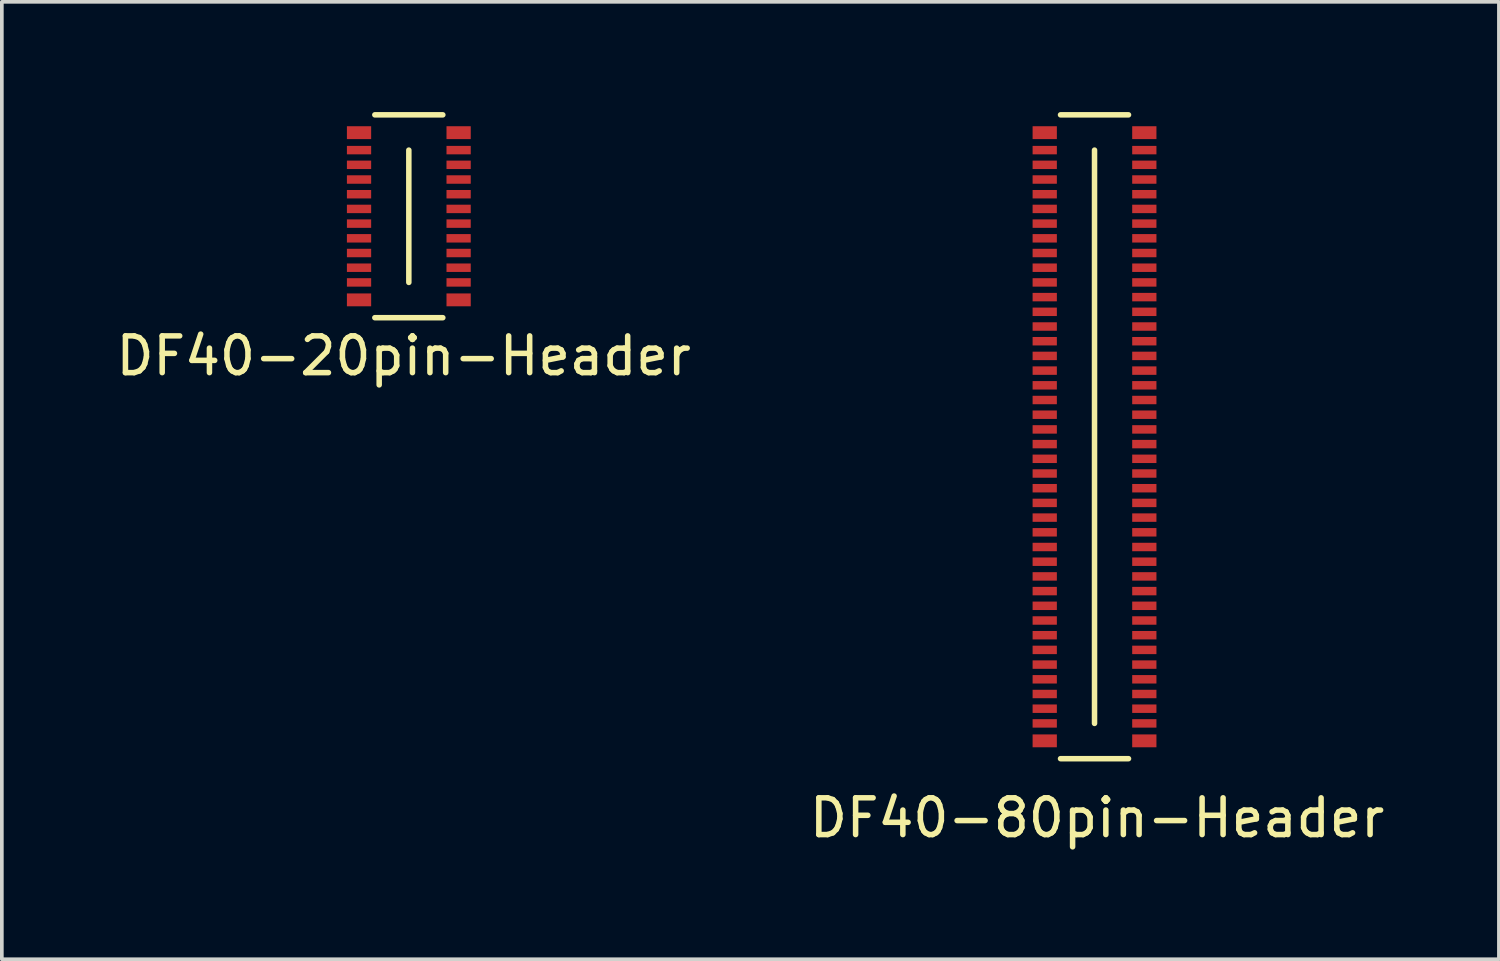
<source format=kicad_pcb>
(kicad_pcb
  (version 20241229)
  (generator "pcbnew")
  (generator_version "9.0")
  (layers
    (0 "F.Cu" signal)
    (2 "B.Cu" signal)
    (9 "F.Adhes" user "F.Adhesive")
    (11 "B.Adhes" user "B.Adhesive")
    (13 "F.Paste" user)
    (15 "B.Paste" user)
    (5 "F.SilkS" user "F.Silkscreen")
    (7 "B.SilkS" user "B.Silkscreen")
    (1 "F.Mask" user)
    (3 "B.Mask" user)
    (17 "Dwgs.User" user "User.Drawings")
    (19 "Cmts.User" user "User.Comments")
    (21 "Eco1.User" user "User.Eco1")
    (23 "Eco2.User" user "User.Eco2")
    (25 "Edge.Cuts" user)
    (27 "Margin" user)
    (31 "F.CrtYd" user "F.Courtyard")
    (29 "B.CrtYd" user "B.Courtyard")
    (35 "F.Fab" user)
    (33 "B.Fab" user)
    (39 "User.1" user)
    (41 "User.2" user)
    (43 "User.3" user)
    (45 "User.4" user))
  (footprint "DF40-80pin-Header"
    (layer "F.Cu")
    (at 26.734 8.835)
    (property "Reference" "DF40-80pin-Header" (at 0.07 10.37 0) (layer "F.SilkS") (effects (font (size 1 1) (thickness 0.15))))
    (attr through_hole)
    (fp_line (start -0.925 -8.76) (end 0.925 -8.76) (stroke (width 0.15) (type solid)) (layer "F.SilkS"))
    (fp_line (start -0.925 8.76) (end 0.925 8.76) (stroke (width 0.15) (type solid)) (layer "F.SilkS"))
    (fp_line (start 0 -7.8) (end 0 7.8) (stroke (width 0.15) (type solid)) (layer "F.SilkS"))
    (pad "" smd rect (at -1.355 -8.2) (size 0.66 0.35) (drill (offset 0 -0.075)) (layers "F.Cu" "F.Mask" "F.Paste"))
    (pad "" smd rect (at -1.355 8.2) (size 0.66 0.35) (drill (offset 0 0.075)) (layers "F.Cu" "F.Mask" "F.Paste"))
    (pad "" smd rect (at 1.355 -8.2) (size 0.66 0.35) (drill (offset 0 -0.075)) (layers "F.Cu" "F.Mask" "F.Paste"))
    (pad "" smd rect (at 1.355 8.2) (size 0.66 0.35) (drill (offset 0 0.075)) (layers "F.Cu" "F.Mask" "F.Paste"))
    (pad "1" smd rect (at -1.355 7.8) (size 0.66 0.23) (layers "F.Cu" "F.Mask" "F.Paste"))
    (pad "2" smd rect (at -1.355 7.4) (size 0.66 0.23) (layers "F.Cu" "F.Mask" "F.Paste"))
    (pad "3" smd rect (at -1.355 7) (size 0.66 0.23) (layers "F.Cu" "F.Mask" "F.Paste"))
    (pad "4" smd rect (at -1.355 6.6) (size 0.66 0.23) (layers "F.Cu" "F.Mask" "F.Paste"))
    (pad "5" smd rect (at -1.355 6.2) (size 0.66 0.23) (layers "F.Cu" "F.Mask" "F.Paste"))
    (pad "6" smd rect (at -1.355 5.8) (size 0.66 0.23) (layers "F.Cu" "F.Mask" "F.Paste"))
    (pad "7" smd rect (at -1.355 5.4) (size 0.66 0.23) (layers "F.Cu" "F.Mask" "F.Paste"))
    (pad "8" smd rect (at -1.355 5) (size 0.66 0.23) (layers "F.Cu" "F.Mask" "F.Paste"))
    (pad "9" smd rect (at -1.355 4.6) (size 0.66 0.23) (layers "F.Cu" "F.Mask" "F.Paste"))
    (pad "10" smd rect (at -1.355 4.2) (size 0.66 0.23) (layers "F.Cu" "F.Mask" "F.Paste"))
    (pad "11" smd rect (at -1.355 3.8) (size 0.66 0.23) (layers "F.Cu" "F.Mask" "F.Paste"))
    (pad "12" smd rect (at -1.355 3.4) (size 0.66 0.23) (layers "F.Cu" "F.Mask" "F.Paste"))
    (pad "13" smd rect (at -1.355 3) (size 0.66 0.23) (layers "F.Cu" "F.Mask" "F.Paste"))
    (pad "14" smd rect (at -1.355 2.6) (size 0.66 0.23) (layers "F.Cu" "F.Mask" "F.Paste"))
    (pad "15" smd rect (at -1.355 2.2) (size 0.66 0.23) (layers "F.Cu" "F.Mask" "F.Paste"))
    (pad "16" smd rect (at -1.355 1.8) (size 0.66 0.23) (layers "F.Cu" "F.Mask" "F.Paste"))
    (pad "17" smd rect (at -1.355 1.4) (size 0.66 0.23) (layers "F.Cu" "F.Mask" "F.Paste"))
    (pad "18" smd rect (at -1.355 1) (size 0.66 0.23) (layers "F.Cu" "F.Mask" "F.Paste"))
    (pad "19" smd rect (at -1.355 0.6) (size 0.66 0.23) (layers "F.Cu" "F.Mask" "F.Paste"))
    (pad "20" smd rect (at -1.355 0.2) (size 0.66 0.23) (layers "F.Cu" "F.Mask" "F.Paste"))
    (pad "21" smd rect (at -1.355 -0.2) (size 0.66 0.23) (layers "F.Cu" "F.Mask" "F.Paste"))
    (pad "22" smd rect (at -1.355 -0.6) (size 0.66 0.23) (layers "F.Cu" "F.Mask" "F.Paste"))
    (pad "23" smd rect (at -1.355 -1) (size 0.66 0.23) (layers "F.Cu" "F.Mask" "F.Paste"))
    (pad "24" smd rect (at -1.355 -1.4) (size 0.66 0.23) (layers "F.Cu" "F.Mask" "F.Paste"))
    (pad "25" smd rect (at -1.355 -1.8) (size 0.66 0.23) (layers "F.Cu" "F.Mask" "F.Paste"))
    (pad "26" smd rect (at -1.355 -2.2) (size 0.66 0.23) (layers "F.Cu" "F.Mask" "F.Paste"))
    (pad "27" smd rect (at -1.355 -2.6) (size 0.66 0.23) (layers "F.Cu" "F.Mask" "F.Paste"))
    (pad "28" smd rect (at -1.355 -3) (size 0.66 0.23) (layers "F.Cu" "F.Mask" "F.Paste"))
    (pad "29" smd rect (at -1.355 -3.4) (size 0.66 0.23) (layers "F.Cu" "F.Mask" "F.Paste"))
    (pad "30" smd rect (at -1.355 -3.8) (size 0.66 0.23) (layers "F.Cu" "F.Mask" "F.Paste"))
    (pad "31" smd rect (at -1.355 -4.2) (size 0.66 0.23) (layers "F.Cu" "F.Mask" "F.Paste"))
    (pad "32" smd rect (at -1.355 -4.6) (size 0.66 0.23) (layers "F.Cu" "F.Mask" "F.Paste"))
    (pad "33" smd rect (at -1.355 -5) (size 0.66 0.23) (layers "F.Cu" "F.Mask" "F.Paste"))
    (pad "34" smd rect (at -1.355 -5.4) (size 0.66 0.23) (layers "F.Cu" "F.Mask" "F.Paste"))
    (pad "35" smd rect (at -1.355 -5.8) (size 0.66 0.23) (layers "F.Cu" "F.Mask" "F.Paste"))
    (pad "36" smd rect (at -1.355 -6.2) (size 0.66 0.23) (layers "F.Cu" "F.Mask" "F.Paste"))
    (pad "37" smd rect (at -1.355 -6.6) (size 0.66 0.23) (layers "F.Cu" "F.Mask" "F.Paste"))
    (pad "38" smd rect (at -1.355 -7) (size 0.66 0.23) (layers "F.Cu" "F.Mask" "F.Paste"))
    (pad "39" smd rect (at -1.355 -7.4) (size 0.66 0.23) (layers "F.Cu" "F.Mask" "F.Paste"))
    (pad "40" smd rect (at -1.355 -7.8) (size 0.66 0.23) (layers "F.Cu" "F.Mask" "F.Paste"))
    (pad "41" smd rect (at 1.355 7.8) (size 0.66 0.23) (layers "F.Cu" "F.Mask" "F.Paste"))
    (pad "42" smd rect (at 1.355 7.4) (size 0.66 0.23) (layers "F.Cu" "F.Mask" "F.Paste"))
    (pad "43" smd rect (at 1.355 7) (size 0.66 0.23) (layers "F.Cu" "F.Mask" "F.Paste"))
    (pad "44" smd rect (at 1.355 6.6) (size 0.66 0.23) (layers "F.Cu" "F.Mask" "F.Paste"))
    (pad "45" smd rect (at 1.355 6.2) (size 0.66 0.23) (layers "F.Cu" "F.Mask" "F.Paste"))
    (pad "46" smd rect (at 1.355 5.8) (size 0.66 0.23) (layers "F.Cu" "F.Mask" "F.Paste"))
    (pad "47" smd rect (at 1.355 5.4) (size 0.66 0.23) (layers "F.Cu" "F.Mask" "F.Paste"))
    (pad "48" smd rect (at 1.355 5) (size 0.66 0.23) (layers "F.Cu" "F.Mask" "F.Paste"))
    (pad "49" smd rect (at 1.355 4.6) (size 0.66 0.23) (layers "F.Cu" "F.Mask" "F.Paste"))
    (pad "50" smd rect (at 1.355 4.2) (size 0.66 0.23) (layers "F.Cu" "F.Mask" "F.Paste"))
    (pad "51" smd rect (at 1.355 3.8) (size 0.66 0.23) (layers "F.Cu" "F.Mask" "F.Paste"))
    (pad "52" smd rect (at 1.355 3.4) (size 0.66 0.23) (layers "F.Cu" "F.Mask" "F.Paste"))
    (pad "53" smd rect (at 1.355 3) (size 0.66 0.23) (layers "F.Cu" "F.Mask" "F.Paste"))
    (pad "54" smd rect (at 1.355 2.6) (size 0.66 0.23) (layers "F.Cu" "F.Mask" "F.Paste"))
    (pad "55" smd rect (at 1.355 2.2) (size 0.66 0.23) (layers "F.Cu" "F.Mask" "F.Paste"))
    (pad "56" smd rect (at 1.355 1.8) (size 0.66 0.23) (layers "F.Cu" "F.Mask" "F.Paste"))
    (pad "57" smd rect (at 1.355 1.4) (size 0.66 0.23) (layers "F.Cu" "F.Mask" "F.Paste"))
    (pad "58" smd rect (at 1.355 1) (size 0.66 0.23) (layers "F.Cu" "F.Mask" "F.Paste"))
    (pad "59" smd rect (at 1.355 0.6) (size 0.66 0.23) (layers "F.Cu" "F.Mask" "F.Paste"))
    (pad "60" smd rect (at 1.355 0.2) (size 0.66 0.23) (layers "F.Cu" "F.Mask" "F.Paste"))
    (pad "61" smd rect (at 1.355 -0.2) (size 0.66 0.23) (layers "F.Cu" "F.Mask" "F.Paste"))
    (pad "62" smd rect (at 1.355 -0.6) (size 0.66 0.23) (layers "F.Cu" "F.Mask" "F.Paste"))
    (pad "63" smd rect (at 1.355 -1) (size 0.66 0.23) (layers "F.Cu" "F.Mask" "F.Paste"))
    (pad "64" smd rect (at 1.355 -1.4) (size 0.66 0.23) (layers "F.Cu" "F.Mask" "F.Paste"))
    (pad "65" smd rect (at 1.355 -1.8) (size 0.66 0.23) (layers "F.Cu" "F.Mask" "F.Paste"))
    (pad "66" smd rect (at 1.355 -2.2) (size 0.66 0.23) (layers "F.Cu" "F.Mask" "F.Paste"))
    (pad "67" smd rect (at 1.355 -2.6) (size 0.66 0.23) (layers "F.Cu" "F.Mask" "F.Paste"))
    (pad "68" smd rect (at 1.355 -3) (size 0.66 0.23) (layers "F.Cu" "F.Mask" "F.Paste"))
    (pad "69" smd rect (at 1.355 -3.4) (size 0.66 0.23) (layers "F.Cu" "F.Mask" "F.Paste"))
    (pad "70" smd rect (at 1.355 -3.8) (size 0.66 0.23) (layers "F.Cu" "F.Mask" "F.Paste"))
    (pad "71" smd rect (at 1.355 -4.2) (size 0.66 0.23) (layers "F.Cu" "F.Mask" "F.Paste"))
    (pad "72" smd rect (at 1.355 -4.6) (size 0.66 0.23) (layers "F.Cu" "F.Mask" "F.Paste"))
    (pad "73" smd rect (at 1.355 -5) (size 0.66 0.23) (layers "F.Cu" "F.Mask" "F.Paste"))
    (pad "74" smd rect (at 1.355 -5.4) (size 0.66 0.23) (layers "F.Cu" "F.Mask" "F.Paste"))
    (pad "75" smd rect (at 1.355 -5.8) (size 0.66 0.23) (layers "F.Cu" "F.Mask" "F.Paste"))
    (pad "76" smd rect (at 1.355 -6.2) (size 0.66 0.23) (layers "F.Cu" "F.Mask" "F.Paste"))
    (pad "77" smd rect (at 1.355 -6.6) (size 0.66 0.23) (layers "F.Cu" "F.Mask" "F.Paste"))
    (pad "78" smd rect (at 1.355 -7) (size 0.66 0.23) (layers "F.Cu" "F.Mask" "F.Paste"))
    (pad "79" smd rect (at 1.355 -7.4) (size 0.66 0.23) (layers "F.Cu" "F.Mask" "F.Paste"))
    (pad "80" smd rect (at 1.355 -7.8) (size 0.66 0.23) (layers "F.Cu" "F.Mask" "F.Paste")))
  (footprint "DF40-20pin-Header"
    (layer "F.Cu")
    (at 8.075 2.835)
    (property "Reference" "DF40-20pin-Header" (at -0.14 3.8 0) (layer "F.SilkS") (effects (font (size 1 1) (thickness 0.15))))
    (attr smd)
    (fp_line (start -0.925 -2.76) (end 0.925 -2.76) (stroke (width 0.15) (type solid)) (layer "F.SilkS"))
    (fp_line (start -0.925 2.76) (end 0.925 2.76) (stroke (width 0.15) (type solid)) (layer "F.SilkS"))
    (fp_line (start 0 -1.8) (end 0 1.8) (stroke (width 0.15) (type solid)) (layer "F.SilkS"))
    (pad "1" smd rect (at -1.355 -2.2) (size 0.66 0.35) (drill (offset 0 -0.075)) (layers "F.Cu" "F.Mask" "F.Paste"))
    (pad "1" smd rect (at -1.355 -1.8) (size 0.66 0.23) (layers "F.Cu" "F.Mask" "F.Paste"))
    (pad "2" smd rect (at 1.355 -2.2) (size 0.66 0.35) (drill (offset 0 -0.075)) (layers "F.Cu" "F.Mask" "F.Paste"))
    (pad "2" smd rect (at 1.355 -1.8) (size 0.66 0.23) (layers "F.Cu" "F.Mask" "F.Paste"))
    (pad "3" smd rect (at -1.355 -1.4) (size 0.66 0.23) (layers "F.Cu" "F.Mask" "F.Paste"))
    (pad "4" smd rect (at 1.355 -1.4) (size 0.66 0.23) (layers "F.Cu" "F.Mask" "F.Paste"))
    (pad "5" smd rect (at -1.355 -1) (size 0.66 0.23) (layers "F.Cu" "F.Mask" "F.Paste"))
    (pad "6" smd rect (at 1.355 -1) (size 0.66 0.23) (layers "F.Cu" "F.Mask" "F.Paste"))
    (pad "7" smd rect (at -1.355 -0.6) (size 0.66 0.23) (layers "F.Cu" "F.Mask" "F.Paste"))
    (pad "8" smd rect (at 1.355 -0.6) (size 0.66 0.23) (layers "F.Cu" "F.Mask" "F.Paste"))
    (pad "9" smd rect (at -1.355 -0.2) (size 0.66 0.23) (layers "F.Cu" "F.Mask" "F.Paste"))
    (pad "10" smd rect (at 1.355 -0.2) (size 0.66 0.23) (layers "F.Cu" "F.Mask" "F.Paste"))
    (pad "11" smd rect (at -1.355 0.2) (size 0.66 0.23) (layers "F.Cu" "F.Mask" "F.Paste"))
    (pad "12" smd rect (at 1.355 0.2) (size 0.66 0.23) (layers "F.Cu" "F.Mask" "F.Paste"))
    (pad "13" smd rect (at -1.355 0.6) (size 0.66 0.23) (layers "F.Cu" "F.Mask" "F.Paste"))
    (pad "14" smd rect (at 1.355 0.6) (size 0.66 0.23) (layers "F.Cu" "F.Mask" "F.Paste"))
    (pad "15" smd rect (at -1.355 1) (size 0.66 0.23) (layers "F.Cu" "F.Mask" "F.Paste"))
    (pad "16" smd rect (at 1.355 1) (size 0.66 0.23) (layers "F.Cu" "F.Mask" "F.Paste"))
    (pad "17" smd rect (at -1.355 1.4) (size 0.66 0.23) (layers "F.Cu" "F.Mask" "F.Paste"))
    (pad "18" smd rect (at 1.355 1.4) (size 0.66 0.23) (layers "F.Cu" "F.Mask" "F.Paste"))
    (pad "19" smd rect (at -1.355 1.8) (size 0.66 0.23) (layers "F.Cu" "F.Mask" "F.Paste"))
    (pad "19" smd rect (at -1.355 2.2) (size 0.66 0.35) (drill (offset 0 0.075)) (layers "F.Cu" "F.Mask" "F.Paste"))
    (pad "20" smd rect (at 1.355 1.8) (size 0.66 0.23) (layers "F.Cu" "F.Mask" "F.Paste"))
    (pad "20" smd rect (at 1.355 2.2) (size 0.66 0.35) (drill (offset 0 0.075)) (layers "F.Cu" "F.Mask" "F.Paste")))
  (gr_rect
    (start -3 -3)
    (end 37.738 23.053)
    (stroke (width 0.1) (type default))
    (fill no)
    (layer "Edge.Cuts")))
</source>
